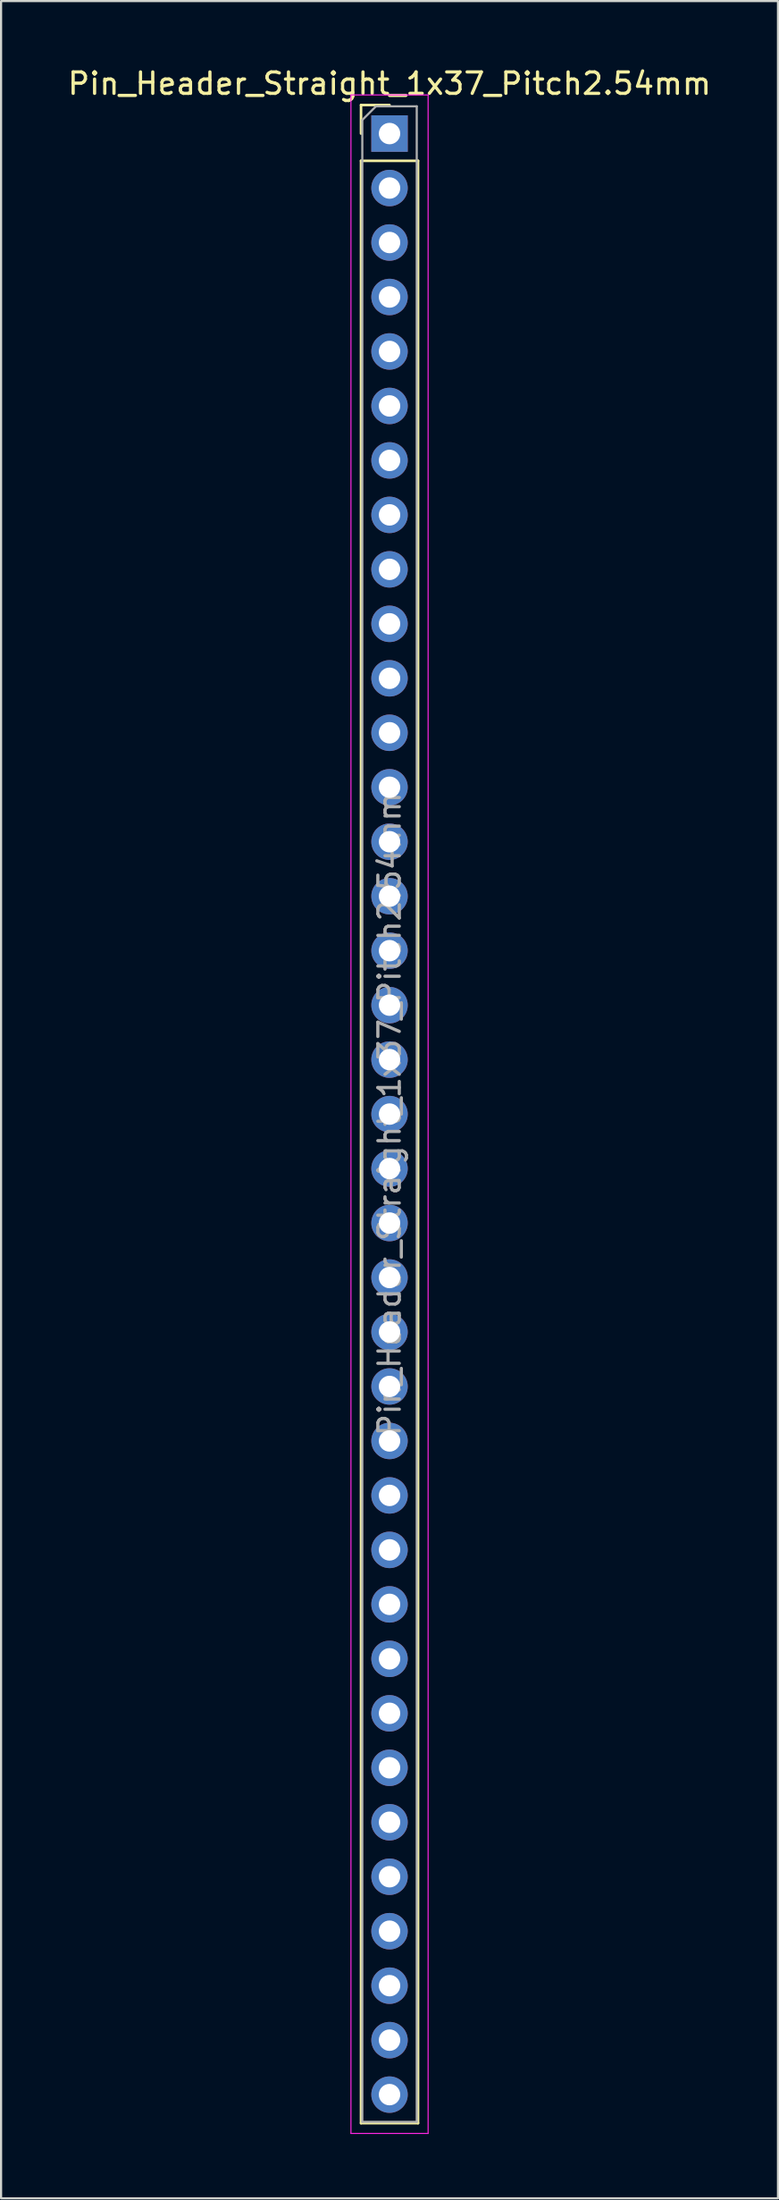
<source format=kicad_pcb>
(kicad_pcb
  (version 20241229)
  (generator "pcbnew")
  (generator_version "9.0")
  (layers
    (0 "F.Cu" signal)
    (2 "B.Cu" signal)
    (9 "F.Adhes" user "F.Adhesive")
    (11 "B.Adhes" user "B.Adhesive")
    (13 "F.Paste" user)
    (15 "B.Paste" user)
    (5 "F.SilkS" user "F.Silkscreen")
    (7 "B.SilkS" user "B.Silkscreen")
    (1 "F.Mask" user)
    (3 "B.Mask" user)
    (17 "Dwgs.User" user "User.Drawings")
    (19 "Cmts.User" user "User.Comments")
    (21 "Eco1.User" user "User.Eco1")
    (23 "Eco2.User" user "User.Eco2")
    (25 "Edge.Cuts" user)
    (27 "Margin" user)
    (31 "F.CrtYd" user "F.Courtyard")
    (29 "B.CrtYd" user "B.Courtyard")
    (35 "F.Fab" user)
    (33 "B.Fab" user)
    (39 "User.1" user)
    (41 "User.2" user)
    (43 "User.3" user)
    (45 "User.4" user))
  (footprint "Pin_Header_Straight_1x37_Pitch2.54mm"
    (layer "F.Cu")
    (at 15.125 3.178)
    (property "Reference" "Pin_Header_Straight_1x37_Pitch2.54mm" (at 0 -2.33 0) (layer "F.SilkS") (effects (font (size 1 1) (thickness 0.15))))
    (attr through_hole)
    (fp_line (start -1.33 -1.33) (end 0 -1.33) (stroke (width 0.12) (type solid)) (layer "F.SilkS"))
    (fp_line (start -1.33 0) (end -1.33 -1.33) (stroke (width 0.12) (type solid)) (layer "F.SilkS"))
    (fp_line (start -1.33 1.27) (end -1.33 92.77) (stroke (width 0.12) (type solid)) (layer "F.SilkS"))
    (fp_line (start -1.33 92.77) (end 1.33 92.77) (stroke (width 0.12) (type solid)) (layer "F.SilkS"))
    (fp_line (start 1.33 1.27) (end -1.33 1.27) (stroke (width 0.12) (type solid)) (layer "F.SilkS"))
    (fp_line (start 1.33 92.77) (end 1.33 1.27) (stroke (width 0.12) (type solid)) (layer "F.SilkS"))
    (fp_line (start -1.8 -1.8) (end -1.8 93.25) (stroke (width 0.05) (type solid)) (layer "F.CrtYd"))
    (fp_line (start -1.8 93.25) (end 1.8 93.25) (stroke (width 0.05) (type solid)) (layer "F.CrtYd"))
    (fp_line (start 1.8 -1.8) (end -1.8 -1.8) (stroke (width 0.05) (type solid)) (layer "F.CrtYd"))
    (fp_line (start 1.8 93.25) (end 1.8 -1.8) (stroke (width 0.05) (type solid)) (layer "F.CrtYd"))
    (fp_line (start -1.27 -0.635) (end -0.635 -1.27) (stroke (width 0.1) (type solid)) (layer "F.Fab"))
    (fp_line (start -1.27 92.71) (end -1.27 -0.635) (stroke (width 0.1) (type solid)) (layer "F.Fab"))
    (fp_line (start -0.635 -1.27) (end 1.27 -1.27) (stroke (width 0.1) (type solid)) (layer "F.Fab"))
    (fp_line (start 1.27 -1.27) (end 1.27 92.71) (stroke (width 0.1) (type solid)) (layer "F.Fab"))
    (fp_line (start 1.27 92.71) (end -1.27 92.71) (stroke (width 0.1) (type solid)) (layer "F.Fab"))
    (fp_text user "${REFERENCE}" (at 0 45.72 90) (layer "F.Fab") (effects (font (size 1 1) (thickness 0.15))))
    (pad "1" thru_hole rect (at 0 0) (size 1.7 1.7) (drill 1) (layers "*.Cu" "*.Mask"))
    (pad "2" thru_hole oval (at 0 2.54) (size 1.7 1.7) (drill 1) (layers "*.Cu" "*.Mask"))
    (pad "3" thru_hole oval (at 0 5.08) (size 1.7 1.7) (drill 1) (layers "*.Cu" "*.Mask"))
    (pad "4" thru_hole oval (at 0 7.62) (size 1.7 1.7) (drill 1) (layers "*.Cu" "*.Mask"))
    (pad "5" thru_hole oval (at 0 10.16) (size 1.7 1.7) (drill 1) (layers "*.Cu" "*.Mask"))
    (pad "6" thru_hole oval (at 0 12.7) (size 1.7 1.7) (drill 1) (layers "*.Cu" "*.Mask"))
    (pad "7" thru_hole oval (at 0 15.24) (size 1.7 1.7) (drill 1) (layers "*.Cu" "*.Mask"))
    (pad "8" thru_hole oval (at 0 17.78) (size 1.7 1.7) (drill 1) (layers "*.Cu" "*.Mask"))
    (pad "9" thru_hole oval (at 0 20.32) (size 1.7 1.7) (drill 1) (layers "*.Cu" "*.Mask"))
    (pad "10" thru_hole oval (at 0 22.86) (size 1.7 1.7) (drill 1) (layers "*.Cu" "*.Mask"))
    (pad "11" thru_hole oval (at 0 25.4) (size 1.7 1.7) (drill 1) (layers "*.Cu" "*.Mask"))
    (pad "12" thru_hole oval (at 0 27.94) (size 1.7 1.7) (drill 1) (layers "*.Cu" "*.Mask"))
    (pad "13" thru_hole oval (at 0 30.48) (size 1.7 1.7) (drill 1) (layers "*.Cu" "*.Mask"))
    (pad "14" thru_hole oval (at 0 33.02) (size 1.7 1.7) (drill 1) (layers "*.Cu" "*.Mask"))
    (pad "15" thru_hole oval (at 0 35.56) (size 1.7 1.7) (drill 1) (layers "*.Cu" "*.Mask"))
    (pad "16" thru_hole oval (at 0 38.1) (size 1.7 1.7) (drill 1) (layers "*.Cu" "*.Mask"))
    (pad "17" thru_hole oval (at 0 40.64) (size 1.7 1.7) (drill 1) (layers "*.Cu" "*.Mask"))
    (pad "18" thru_hole oval (at 0 43.18) (size 1.7 1.7) (drill 1) (layers "*.Cu" "*.Mask"))
    (pad "19" thru_hole oval (at 0 45.72) (size 1.7 1.7) (drill 1) (layers "*.Cu" "*.Mask"))
    (pad "20" thru_hole oval (at 0 48.26) (size 1.7 1.7) (drill 1) (layers "*.Cu" "*.Mask"))
    (pad "21" thru_hole oval (at 0 50.8) (size 1.7 1.7) (drill 1) (layers "*.Cu" "*.Mask"))
    (pad "22" thru_hole oval (at 0 53.34) (size 1.7 1.7) (drill 1) (layers "*.Cu" "*.Mask"))
    (pad "23" thru_hole oval (at 0 55.88) (size 1.7 1.7) (drill 1) (layers "*.Cu" "*.Mask"))
    (pad "24" thru_hole oval (at 0 58.42) (size 1.7 1.7) (drill 1) (layers "*.Cu" "*.Mask"))
    (pad "25" thru_hole oval (at 0 60.96) (size 1.7 1.7) (drill 1) (layers "*.Cu" "*.Mask"))
    (pad "26" thru_hole oval (at 0 63.5) (size 1.7 1.7) (drill 1) (layers "*.Cu" "*.Mask"))
    (pad "27" thru_hole oval (at 0 66.04) (size 1.7 1.7) (drill 1) (layers "*.Cu" "*.Mask"))
    (pad "28" thru_hole oval (at 0 68.58) (size 1.7 1.7) (drill 1) (layers "*.Cu" "*.Mask"))
    (pad "29" thru_hole oval (at 0 71.12) (size 1.7 1.7) (drill 1) (layers "*.Cu" "*.Mask"))
    (pad "30" thru_hole oval (at 0 73.66) (size 1.7 1.7) (drill 1) (layers "*.Cu" "*.Mask"))
    (pad "31" thru_hole oval (at 0 76.2) (size 1.7 1.7) (drill 1) (layers "*.Cu" "*.Mask"))
    (pad "32" thru_hole oval (at 0 78.74) (size 1.7 1.7) (drill 1) (layers "*.Cu" "*.Mask"))
    (pad "33" thru_hole oval (at 0 81.28) (size 1.7 1.7) (drill 1) (layers "*.Cu" "*.Mask"))
    (pad "34" thru_hole oval (at 0 83.82) (size 1.7 1.7) (drill 1) (layers "*.Cu" "*.Mask"))
    (pad "35" thru_hole oval (at 0 86.36) (size 1.7 1.7) (drill 1) (layers "*.Cu" "*.Mask"))
    (pad "36" thru_hole oval (at 0 88.9) (size 1.7 1.7) (drill 1) (layers "*.Cu" "*.Mask"))
    (pad "37" thru_hole oval (at 0 91.44) (size 1.7 1.7) (drill 1) (layers "*.Cu" "*.Mask")))
  (gr_rect
    (start -3 -3)
    (end 33.25 99.453)
    (stroke (width 0.1) (type default))
    (fill no)
    (layer "Edge.Cuts")))
</source>
